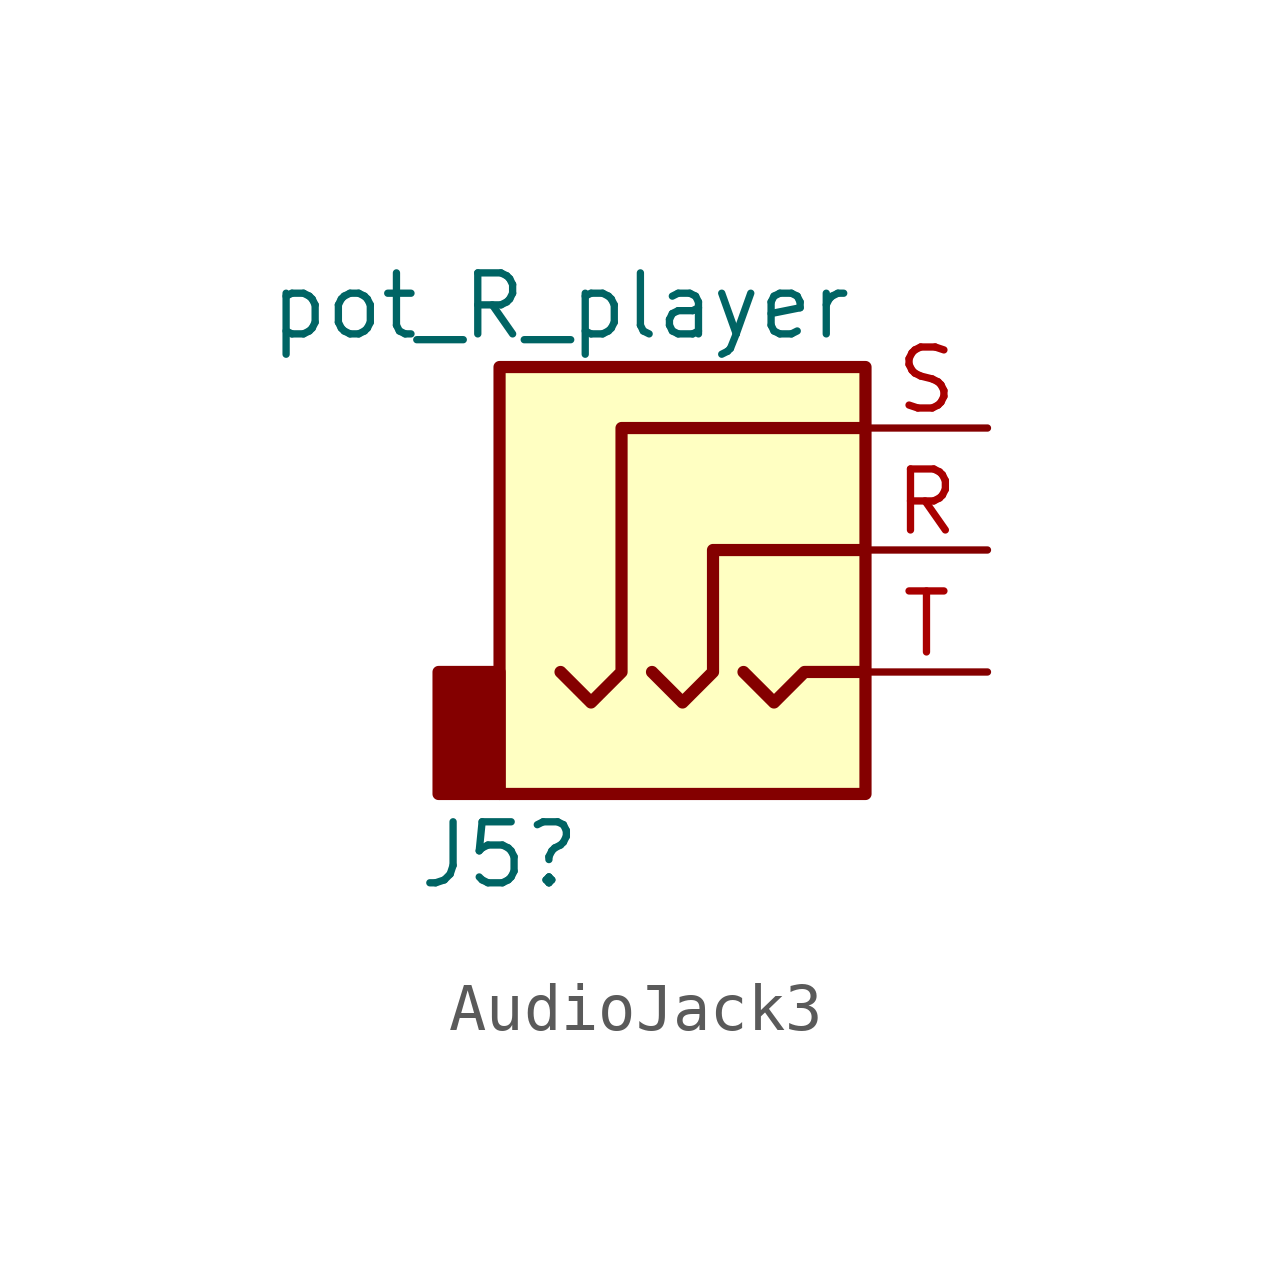
<source format=kicad_sym>
(kicad_symbol_lib
  (version 20220914)
  (generator kicad_symbol_editor)
  (symbol "AudioJack3"
    (property "Reference" "J5"
      (at -5.08 -6.35 0)
      (effects (font (size 1.27 1.27))))
    (property "Value" "pot_R_player"
      (at -3.81 5.08 0)
      (effects (font (size 1.27 1.27))))
    (symbol "AudioJack3_0_1"
      (rectangle (start -5.08 -5.08) (end -6.35 -2.54) (stroke (width 0.254) (type default)) (fill (type outline)))
      (polyline (pts (xy 0 -2.54) (xy 0.635 -3.175) (xy 1.27 -2.54) (xy 2.54 -2.54)) (stroke (width 0.254) (type default)) (fill (type none)))
      (polyline (pts (xy -1.905 -2.54) (xy -1.27 -3.175) (xy -0.635 -2.54) (xy -0.635 0) (xy 2.54 0)) (stroke (width 0.254) (type default)) (fill (type none)))
      (polyline (pts (xy 2.54 2.54) (xy -2.54 2.54) (xy -2.54 -2.54) (xy -3.175 -3.175) (xy -3.81 -2.54)) (stroke (width 0.254) (type default)) (fill (type none)))
      (rectangle (start 2.54 3.81) (end -5.08 -5.08) (stroke (width 0.254) (type default)) (fill (type background))))
    (symbol "AudioJack3_1_1"
      (pin passive line (at 5.08 0 180) (length 2.54) (name "~" (effects (font (size 1.27 1.27)))) (number "R" (effects (font (size 1.27 1.27)))))
      (pin passive line (at 5.08 2.54 180) (length 2.54) (name "~" (effects (font (size 1.27 1.27)))) (number "S" (effects (font (size 1.27 1.27)))))
      (pin passive line (at 5.08 -2.54 180) (length 2.54) (name "~" (effects (font (size 1.27 1.27)))) (number "T" (effects (font (size 1.27 1.27))))))))
</source>
